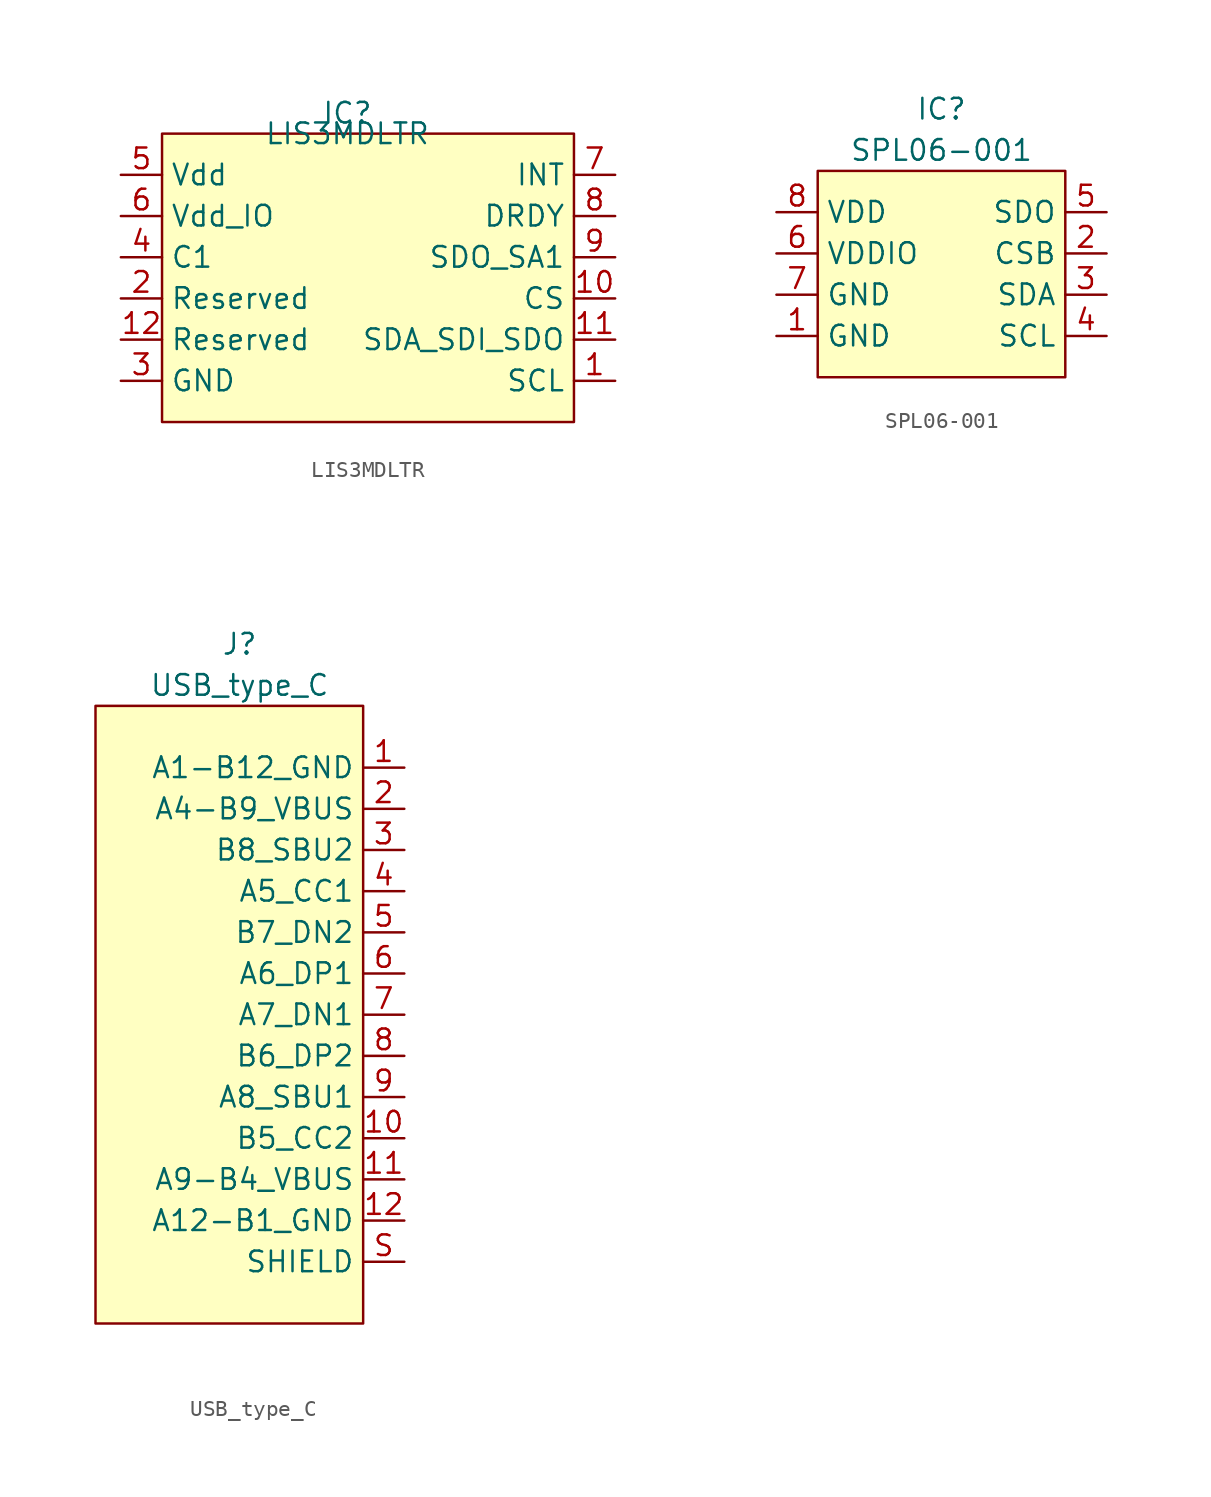
<source format=kicad_sym>
(kicad_symbol_lib
  (version 20220914)
  (generator kicad_symbol_editor)
  (symbol "LIS3MDLTR"
    (property "Reference" "IC"
      (at 0 1.27 0)
      (effects (font (size 1.27 1.27))))
    (property "Value" "LIS3MDLTR"
      (at 0 0 0)
      (effects (font (size 1.27 1.27))))
    (symbol "LIS3MDLTR_1_1"
      (rectangle (start -11.43 0) (end 13.97 -17.78) (stroke (width 0) (type default)) (fill (type background)))
      (pin input line (at 16.51 -15.24 180) (length 2.54) (name "SCL" (effects (font (size 1.27 1.27)))) (number "1" (effects (font (size 1.27 1.27)))))
      (pin input line (at 16.51 -10.16 180) (length 2.54) (name "CS" (effects (font (size 1.27 1.27)))) (number "10" (effects (font (size 1.27 1.27)))))
      (pin input line (at 16.51 -12.7 180) (length 2.54) (name "SDA_SDI_SDO" (effects (font (size 1.27 1.27)))) (number "11" (effects (font (size 1.27 1.27)))))
      (pin input line (at -13.97 -12.7 0) (length 2.54) (name "Reserved" (effects (font (size 1.27 1.27)))) (number "12" (effects (font (size 1.27 1.27)))))
      (pin input line (at -13.97 -10.16 0) (length 2.54) (name "Reserved" (effects (font (size 1.27 1.27)))) (number "2" (effects (font (size 1.27 1.27)))))
      (pin input line (at -13.97 -15.24 0) (length 2.54) (name "GND" (effects (font (size 1.27 1.27)))) (number "3" (effects (font (size 1.27 1.27)))))
      (pin input line (at -13.97 -7.62 0) (length 2.54) (name "C1" (effects (font (size 1.27 1.27)))) (number "4" (effects (font (size 1.27 1.27)))))
      (pin input line (at -13.97 -2.54 0) (length 2.54) (name "Vdd" (effects (font (size 1.27 1.27)))) (number "5" (effects (font (size 1.27 1.27)))))
      (pin input line (at -13.97 -5.08 0) (length 2.54) (name "Vdd_IO" (effects (font (size 1.27 1.27)))) (number "6" (effects (font (size 1.27 1.27)))))
      (pin output line (at 16.51 -2.54 180) (length 2.54) (name "INT" (effects (font (size 1.27 1.27)))) (number "7" (effects (font (size 1.27 1.27)))))
      (pin output line (at 16.51 -5.08 180) (length 2.54) (name "DRDY" (effects (font (size 1.27 1.27)))) (number "8" (effects (font (size 1.27 1.27)))))
      (pin output line (at 16.51 -7.62 180) (length 2.54) (name "SDO_SA1" (effects (font (size 1.27 1.27)))) (number "9" (effects (font (size 1.27 1.27)))))))
  (symbol "SPL06-001"
    (property "Reference" "IC"
      (at 0 10.16 0)
      (effects (font (size 1.27 1.27))))
    (property "Value" "SPL06-001"
      (at 0 7.62 0)
      (effects (font (size 1.27 1.27))))
    (symbol "SPL06-001_1_1"
      (rectangle (start -7.62 6.35) (end 7.62 -6.35) (stroke (width 0) (type default)) (fill (type background)))
      (pin input line (at -10.16 -3.81 0) (length 2.54) (name "GND" (effects (font (size 1.27 1.27)))) (number "1" (effects (font (size 1.27 1.27)))))
      (pin input line (at 10.16 1.27 180) (length 2.54) (name "CSB" (effects (font (size 1.27 1.27)))) (number "2" (effects (font (size 1.27 1.27)))))
      (pin input line (at 10.16 -1.27 180) (length 2.54) (name "SDA" (effects (font (size 1.27 1.27)))) (number "3" (effects (font (size 1.27 1.27)))))
      (pin input line (at 10.16 -3.81 180) (length 2.54) (name "SCL" (effects (font (size 1.27 1.27)))) (number "4" (effects (font (size 1.27 1.27)))))
      (pin input line (at 10.16 3.81 180) (length 2.54) (name "SDO" (effects (font (size 1.27 1.27)))) (number "5" (effects (font (size 1.27 1.27)))))
      (pin input line (at -10.16 1.27 0) (length 2.54) (name "VDDIO" (effects (font (size 1.27 1.27)))) (number "6" (effects (font (size 1.27 1.27)))))
      (pin input line (at -10.16 -1.27 0) (length 2.54) (name "GND" (effects (font (size 1.27 1.27)))) (number "7" (effects (font (size 1.27 1.27)))))
      (pin input line (at -10.16 3.81 0) (length 2.54) (name "VDD" (effects (font (size 1.27 1.27)))) (number "8" (effects (font (size 1.27 1.27)))))))
  (symbol "USB_type_C"
    (property "Reference" "J"
      (at 0 20.32 0)
      (effects (font (size 1.27 1.27))))
    (property "Value" "USB_type_C"
      (at 0 17.78 0)
      (effects (font (size 1.27 1.27))))
    (symbol "USB_type_C_1_1"
      (rectangle (start -8.89 16.51) (end 7.62 -21.59) (stroke (width 0) (type default)) (fill (type background)))
      (pin input line (at 10.16 12.7 180) (length 2.54) (name "A1-B12_GND" (effects (font (size 1.27 1.27)))) (number "1" (effects (font (size 1.27 1.27)))))
      (pin input line (at 10.16 -10.16 180) (length 2.54) (name "B5_CC2" (effects (font (size 1.27 1.27)))) (number "10" (effects (font (size 1.27 1.27)))))
      (pin input line (at 10.16 -12.7 180) (length 2.54) (name "A9-B4_VBUS" (effects (font (size 1.27 1.27)))) (number "11" (effects (font (size 1.27 1.27)))))
      (pin input line (at 10.16 -15.24 180) (length 2.54) (name "A12-B1_GND" (effects (font (size 1.27 1.27)))) (number "12" (effects (font (size 1.27 1.27)))))
      (pin input line (at 10.16 10.16 180) (length 2.54) (name "A4-B9_VBUS" (effects (font (size 1.27 1.27)))) (number "2" (effects (font (size 1.27 1.27)))))
      (pin input line (at 10.16 7.62 180) (length 2.54) (name "B8_SBU2" (effects (font (size 1.27 1.27)))) (number "3" (effects (font (size 1.27 1.27)))))
      (pin input line (at 10.16 5.08 180) (length 2.54) (name "A5_CC1" (effects (font (size 1.27 1.27)))) (number "4" (effects (font (size 1.27 1.27)))))
      (pin input line (at 10.16 2.54 180) (length 2.54) (name "B7_DN2" (effects (font (size 1.27 1.27)))) (number "5" (effects (font (size 1.27 1.27)))))
      (pin input line (at 10.16 0 180) (length 2.54) (name "A6_DP1" (effects (font (size 1.27 1.27)))) (number "6" (effects (font (size 1.27 1.27)))))
      (pin input line (at 10.16 -2.54 180) (length 2.54) (name "A7_DN1" (effects (font (size 1.27 1.27)))) (number "7" (effects (font (size 1.27 1.27)))))
      (pin input line (at 10.16 -5.08 180) (length 2.54) (name "B6_DP2" (effects (font (size 1.27 1.27)))) (number "8" (effects (font (size 1.27 1.27)))))
      (pin input line (at 10.16 -7.62 180) (length 2.54) (name "A8_SBU1" (effects (font (size 1.27 1.27)))) (number "9" (effects (font (size 1.27 1.27)))))
      (pin input line (at 10.16 -17.78 180) (length 2.54) (name "SHIELD" (effects (font (size 1.27 1.27)))) (number "S" (effects (font (size 1.27 1.27))))))))
</source>
